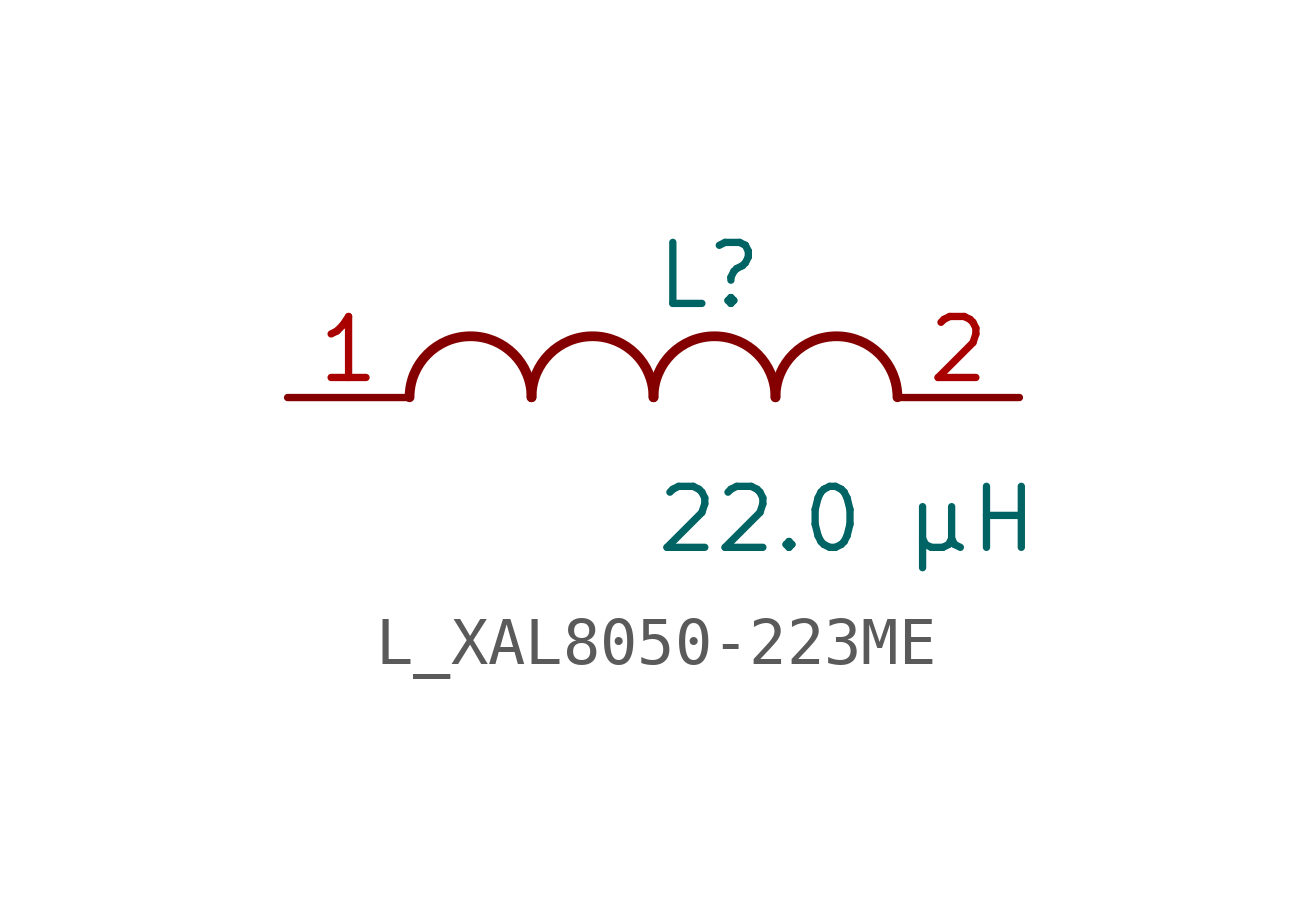
<source format=kicad_sym>
(kicad_symbol_lib
  (version 20231120)
  (generator kicad_symbol_editor)
  (generator_version 8.0)
  (symbol "L_XAL8050-223ME"
    (pin_names
      (offset 0.254))
    (property "Reference" "L"
      (at 0 2.54 0)
      (effects (font (size 1.27 1.27)) (justify left)))
    (property "Value" "22.0 µH"
      (at 0 -2.54 0)
      (effects (font (size 1.27 1.27)) (justify left)))
    (symbol "L_XAL8050-223ME_1_1"
      (arc (start -2.54 0.0056) (mid -3.81 1.27) (end -5.08 0.0056) (stroke (width 0.2032) (type default)) (fill (type none)))
      (arc (start 0 0.0056) (mid -1.27 1.27) (end -2.54 0.0056) (stroke (width 0.2032) (type default)) (fill (type none)))
      (arc (start 2.54 0.0056) (mid 1.27 1.27) (end 0 0.0056) (stroke (width 0.2032) (type default)) (fill (type none)))
      (arc (start 5.08 0.0056) (mid 3.81 1.27) (end 2.54 0.0056) (stroke (width 0.2032) (type default)) (fill (type none)))
      (pin unspecified line (at -7.62 0 0) (length 2.54) (name "" (effects (font (size 1.27 1.27)))) (number "1" (effects (font (size 1.27 1.27)))))
      (pin unspecified line (at 7.62 0 180) (length 2.54) (name "" (effects (font (size 1.27 1.27)))) (number "2" (effects (font (size 1.27 1.27))))))))
</source>
